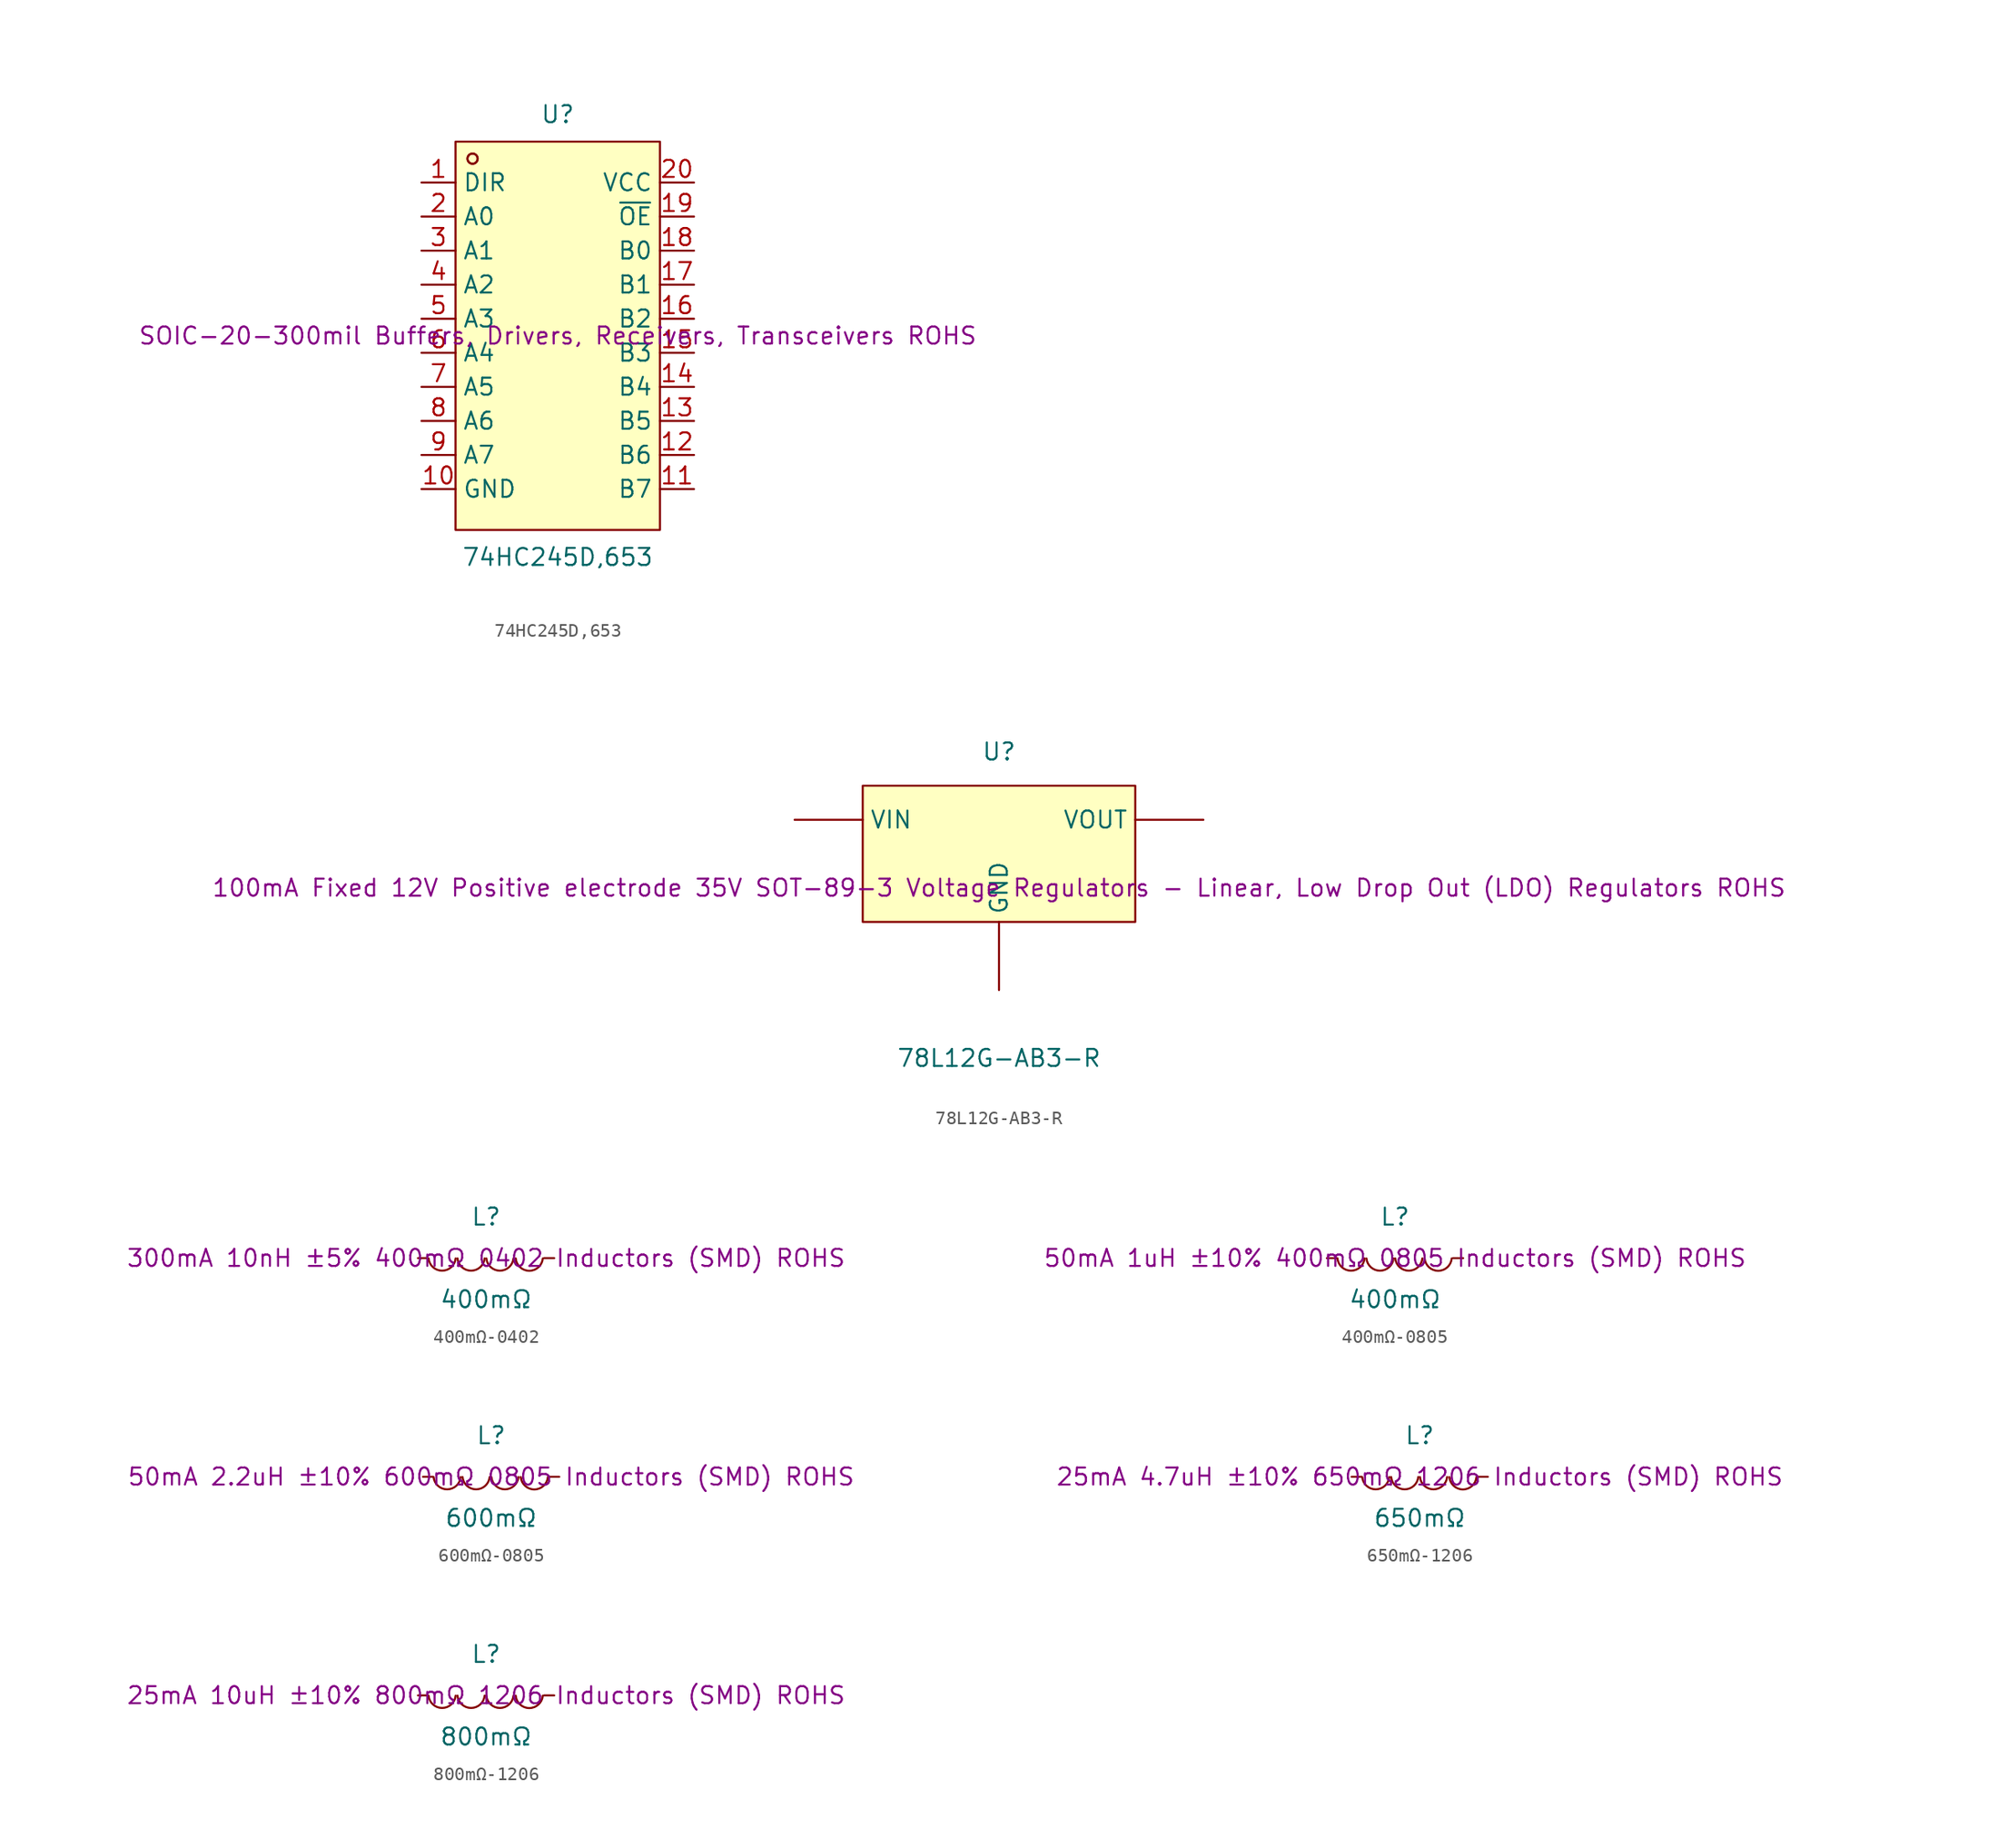
<source format=kicad_sym>
(kicad_symbol_lib
  (version 20241209)
  (generator "kicad_symbol_editor")
  (generator_version "9.0")
  (symbol "74HC245D,653"
    (property "Reference" "U"
      (at 0 16.51 0)
      (effects (font (size 1.27 1.27))))
    (property "Value" "74HC245D,653"
      (at 0 -16.51 0)
      (effects (font (size 1.27 1.27))))
    (property "Description" "SOIC-20-300mil Buffers, Drivers, Receivers, Transceivers ROHS"
      (at 0 0 0)
      (effects (font (size 1.27 1.27))))
    (symbol "74HC245D,653_0_1"
      (rectangle (start -7.62 14.48) (end 7.62 -14.48) (stroke (width 0) (type default)) (fill (type background)))
      (circle (center -6.35 13.21) (radius 0.38) (stroke (width 0) (type default)) (fill (type none)))
      (circle (center -6.35 13.21) (radius 0.38) (stroke (width 0) (type default)) (fill (type none)))
      (pin unspecified line (at -10.16 11.43 0) (length 2.54) (name "DIR" (effects (font (size 1.27 1.27)))) (number "1" (effects (font (size 1.27 1.27)))))
      (pin unspecified line (at -10.16 8.89 0) (length 2.54) (name "A0" (effects (font (size 1.27 1.27)))) (number "2" (effects (font (size 1.27 1.27)))))
      (pin unspecified line (at -10.16 6.35 0) (length 2.54) (name "A1" (effects (font (size 1.27 1.27)))) (number "3" (effects (font (size 1.27 1.27)))))
      (pin unspecified line (at -10.16 3.81 0) (length 2.54) (name "A2" (effects (font (size 1.27 1.27)))) (number "4" (effects (font (size 1.27 1.27)))))
      (pin unspecified line (at -10.16 1.27 0) (length 2.54) (name "A3" (effects (font (size 1.27 1.27)))) (number "5" (effects (font (size 1.27 1.27)))))
      (pin unspecified line (at -10.16 -1.27 0) (length 2.54) (name "A4" (effects (font (size 1.27 1.27)))) (number "6" (effects (font (size 1.27 1.27)))))
      (pin unspecified line (at -10.16 -3.81 0) (length 2.54) (name "A5" (effects (font (size 1.27 1.27)))) (number "7" (effects (font (size 1.27 1.27)))))
      (pin unspecified line (at -10.16 -6.35 0) (length 2.54) (name "A6" (effects (font (size 1.27 1.27)))) (number "8" (effects (font (size 1.27 1.27)))))
      (pin unspecified line (at -10.16 -8.89 0) (length 2.54) (name "A7" (effects (font (size 1.27 1.27)))) (number "9" (effects (font (size 1.27 1.27)))))
      (pin unspecified line (at -10.16 -11.43 0) (length 2.54) (name "GND" (effects (font (size 1.27 1.27)))) (number "10" (effects (font (size 1.27 1.27)))))
      (pin unspecified line (at 10.16 11.43 180) (length 2.54) (name "VCC" (effects (font (size 1.27 1.27)))) (number "20" (effects (font (size 1.27 1.27)))))
      (pin unspecified line (at 10.16 8.89 180) (length 2.54) (name "~{OE}" (effects (font (size 1.27 1.27)))) (number "19" (effects (font (size 1.27 1.27)))))
      (pin unspecified line (at 10.16 6.35 180) (length 2.54) (name "B0" (effects (font (size 1.27 1.27)))) (number "18" (effects (font (size 1.27 1.27)))))
      (pin unspecified line (at 10.16 3.81 180) (length 2.54) (name "B1" (effects (font (size 1.27 1.27)))) (number "17" (effects (font (size 1.27 1.27)))))
      (pin unspecified line (at 10.16 1.27 180) (length 2.54) (name "B2" (effects (font (size 1.27 1.27)))) (number "16" (effects (font (size 1.27 1.27)))))
      (pin unspecified line (at 10.16 -1.27 180) (length 2.54) (name "B3" (effects (font (size 1.27 1.27)))) (number "15" (effects (font (size 1.27 1.27)))))
      (pin unspecified line (at 10.16 -3.81 180) (length 2.54) (name "B4" (effects (font (size 1.27 1.27)))) (number "14" (effects (font (size 1.27 1.27)))))
      (pin unspecified line (at 10.16 -6.35 180) (length 2.54) (name "B5" (effects (font (size 1.27 1.27)))) (number "13" (effects (font (size 1.27 1.27)))))
      (pin unspecified line (at 10.16 -8.89 180) (length 2.54) (name "B6" (effects (font (size 1.27 1.27)))) (number "12" (effects (font (size 1.27 1.27)))))
      (pin unspecified line (at 10.16 -11.43 180) (length 2.54) (name "B7" (effects (font (size 1.27 1.27)))) (number "11" (effects (font (size 1.27 1.27)))))))
  (symbol "78L12G-AB3-R"
    (pin_numbers
      (hide yes))
    (property "Reference" "U"
      (at 0 10.16 0)
      (effects (font (size 1.27 1.27))))
    (property "Value" "78L12G-AB3-R"
      (at 0 -12.7 0)
      (effects (font (size 1.27 1.27))))
    (property "Description" "100mA Fixed 12V Positive electrode 35V SOT-89-3 Voltage Regulators - Linear, Low Drop Out (LDO) Regulators ROHS"
      (at 0 0 0)
      (effects (font (size 1.27 1.27))))
    (symbol "78L12G-AB3-R_0_1"
      (rectangle (start -10.16 7.62) (end 10.16 -2.54) (stroke (width 0) (type default)) (fill (type background)))
      (pin unspecified line (at -15.24 5.08 0) (length 5.08) (name "VIN" (effects (font (size 1.27 1.27)))) (number "3" (effects (font (size 1.27 1.27)))))
      (pin unspecified line (at 0 -7.62 90) (length 5.08) (name "GND" (effects (font (size 1.27 1.27)))) (number "2" (effects (font (size 1.27 1.27)))))
      (pin unspecified line (at 15.24 5.08 180) (length 5.08) (name "VOUT" (effects (font (size 1.27 1.27)))) (number "1" (effects (font (size 1.27 1.27)))))))
  (symbol "400mΩ-0402"
    (pin_numbers
      (hide yes))
    (pin_names
      (hide yes))
    (property "Reference" "L"
      (at 0 3.08 0)
      (effects (font (size 1.27 1.27))))
    (property "Value" "400mΩ"
      (at 0 -3.08 0)
      (effects (font (size 1.27 1.27))))
    (property "Description" "300mA 10nH ±5% 400mΩ 0402 Inductors (SMD) ROHS"
      (at 0 0 0)
      (effects (font (size 1.27 1.27))))
    (symbol "400mΩ-0402_0_1"
      (arc (start -2.27 -0.02) (mid -3.28 -0.937) (end -4.29 -0.02) (stroke (width 0) (type default)) (fill (type none)))
      (arc (start -0.11 -0.02) (mid -1.12 -0.937) (end -2.13 -0.02) (stroke (width 0) (type default)) (fill (type none)))
      (arc (start 2.04 -0.02) (mid 1.03 -0.937) (end 0.02 -0.02) (stroke (width 0) (type default)) (fill (type none)))
      (arc (start 4.23 -0.02) (mid 3.22 -0.9448) (end 2.21 -0.02) (stroke (width 0) (type default)) (fill (type none)))
      (pin unspecified line (at -5.08 0 0) (length 0.762) (name "1" (effects (font (size 1.27 1.27)))) (number "1" (effects (font (size 1.27 1.27)))))
      (pin unspecified line (at 5.08 0 180) (length 0.762) (name "2" (effects (font (size 1.27 1.27)))) (number "2" (effects (font (size 1.27 1.27)))))))
  (symbol "400mΩ-0805"
    (pin_numbers
      (hide yes))
    (pin_names
      (hide yes))
    (property "Reference" "L"
      (at 0 3.08 0)
      (effects (font (size 1.27 1.27))))
    (property "Value" "400mΩ"
      (at 0 -3.08 0)
      (effects (font (size 1.27 1.27))))
    (property "Description" "50mA 1uH ±10% 400mΩ 0805 Inductors (SMD) ROHS"
      (at 0 0 0)
      (effects (font (size 1.27 1.27))))
    (symbol "400mΩ-0805_0_1"
      (arc (start -2.27 -0.02) (mid -3.28 -0.937) (end -4.29 -0.02) (stroke (width 0) (type default)) (fill (type none)))
      (arc (start -0.11 -0.02) (mid -1.12 -0.937) (end -2.13 -0.02) (stroke (width 0) (type default)) (fill (type none)))
      (arc (start 2.04 -0.02) (mid 1.03 -0.937) (end 0.02 -0.02) (stroke (width 0) (type default)) (fill (type none)))
      (arc (start 4.23 -0.02) (mid 3.22 -0.9448) (end 2.21 -0.02) (stroke (width 0) (type default)) (fill (type none)))
      (pin unspecified line (at -5.08 0 0) (length 0.762) (name "1" (effects (font (size 1.27 1.27)))) (number "1" (effects (font (size 1.27 1.27)))))
      (pin unspecified line (at 5.08 0 180) (length 0.762) (name "2" (effects (font (size 1.27 1.27)))) (number "2" (effects (font (size 1.27 1.27)))))))
  (symbol "600mΩ-0805"
    (pin_numbers
      (hide yes))
    (pin_names
      (hide yes))
    (property "Reference" "L"
      (at 0 3.08 0)
      (effects (font (size 1.27 1.27))))
    (property "Value" "600mΩ"
      (at 0 -3.08 0)
      (effects (font (size 1.27 1.27))))
    (property "Description" "50mA 2.2uH ±10% 600mΩ 0805 Inductors (SMD) ROHS"
      (at 0 0 0)
      (effects (font (size 1.27 1.27))))
    (symbol "600mΩ-0805_0_1"
      (arc (start -2.27 -0.02) (mid -3.28 -0.937) (end -4.29 -0.02) (stroke (width 0) (type default)) (fill (type none)))
      (arc (start -0.11 -0.02) (mid -1.12 -0.937) (end -2.13 -0.02) (stroke (width 0) (type default)) (fill (type none)))
      (arc (start 2.04 -0.02) (mid 1.03 -0.937) (end 0.02 -0.02) (stroke (width 0) (type default)) (fill (type none)))
      (arc (start 4.23 -0.02) (mid 3.22 -0.9448) (end 2.21 -0.02) (stroke (width 0) (type default)) (fill (type none)))
      (pin unspecified line (at -5.08 0 0) (length 0.762) (name "1" (effects (font (size 1.27 1.27)))) (number "1" (effects (font (size 1.27 1.27)))))
      (pin unspecified line (at 5.08 0 180) (length 0.762) (name "2" (effects (font (size 1.27 1.27)))) (number "2" (effects (font (size 1.27 1.27)))))))
  (symbol "650mΩ-1206"
    (pin_numbers
      (hide yes))
    (pin_names
      (hide yes))
    (property "Reference" "L"
      (at 0 3.08 0)
      (effects (font (size 1.27 1.27))))
    (property "Value" "650mΩ"
      (at 0 -3.08 0)
      (effects (font (size 1.27 1.27))))
    (property "Description" "25mA 4.7uH ±10% 650mΩ 1206 Inductors (SMD) ROHS"
      (at 0 0 0)
      (effects (font (size 1.27 1.27))))
    (symbol "650mΩ-1206_0_1"
      (arc (start -2.27 -0.02) (mid -3.28 -0.937) (end -4.29 -0.02) (stroke (width 0) (type default)) (fill (type none)))
      (arc (start -0.11 -0.02) (mid -1.12 -0.937) (end -2.13 -0.02) (stroke (width 0) (type default)) (fill (type none)))
      (arc (start 2.04 -0.02) (mid 1.03 -0.937) (end 0.02 -0.02) (stroke (width 0) (type default)) (fill (type none)))
      (arc (start 4.23 -0.02) (mid 3.22 -0.9448) (end 2.21 -0.02) (stroke (width 0) (type default)) (fill (type none)))
      (pin unspecified line (at -5.08 0 0) (length 0.762) (name "1" (effects (font (size 1.27 1.27)))) (number "1" (effects (font (size 1.27 1.27)))))
      (pin unspecified line (at 5.08 0 180) (length 0.762) (name "2" (effects (font (size 1.27 1.27)))) (number "2" (effects (font (size 1.27 1.27)))))))
  (symbol "800mΩ-1206"
    (pin_numbers
      (hide yes))
    (pin_names
      (hide yes))
    (property "Reference" "L"
      (at 0 3.08 0)
      (effects (font (size 1.27 1.27))))
    (property "Value" "800mΩ"
      (at 0 -3.08 0)
      (effects (font (size 1.27 1.27))))
    (property "Description" "25mA 10uH ±10% 800mΩ 1206 Inductors (SMD) ROHS"
      (at 0 0 0)
      (effects (font (size 1.27 1.27))))
    (symbol "800mΩ-1206_0_1"
      (arc (start -2.27 -0.02) (mid -3.28 -0.937) (end -4.29 -0.02) (stroke (width 0) (type default)) (fill (type none)))
      (arc (start -0.11 -0.02) (mid -1.12 -0.937) (end -2.13 -0.02) (stroke (width 0) (type default)) (fill (type none)))
      (arc (start 2.04 -0.02) (mid 1.03 -0.937) (end 0.02 -0.02) (stroke (width 0) (type default)) (fill (type none)))
      (arc (start 4.23 -0.02) (mid 3.22 -0.9448) (end 2.21 -0.02) (stroke (width 0) (type default)) (fill (type none)))
      (pin unspecified line (at -5.08 0 0) (length 0.762) (name "1" (effects (font (size 1.27 1.27)))) (number "1" (effects (font (size 1.27 1.27)))))
      (pin unspecified line (at 5.08 0 180) (length 0.762) (name "2" (effects (font (size 1.27 1.27)))) (number "2" (effects (font (size 1.27 1.27))))))))
</source>
